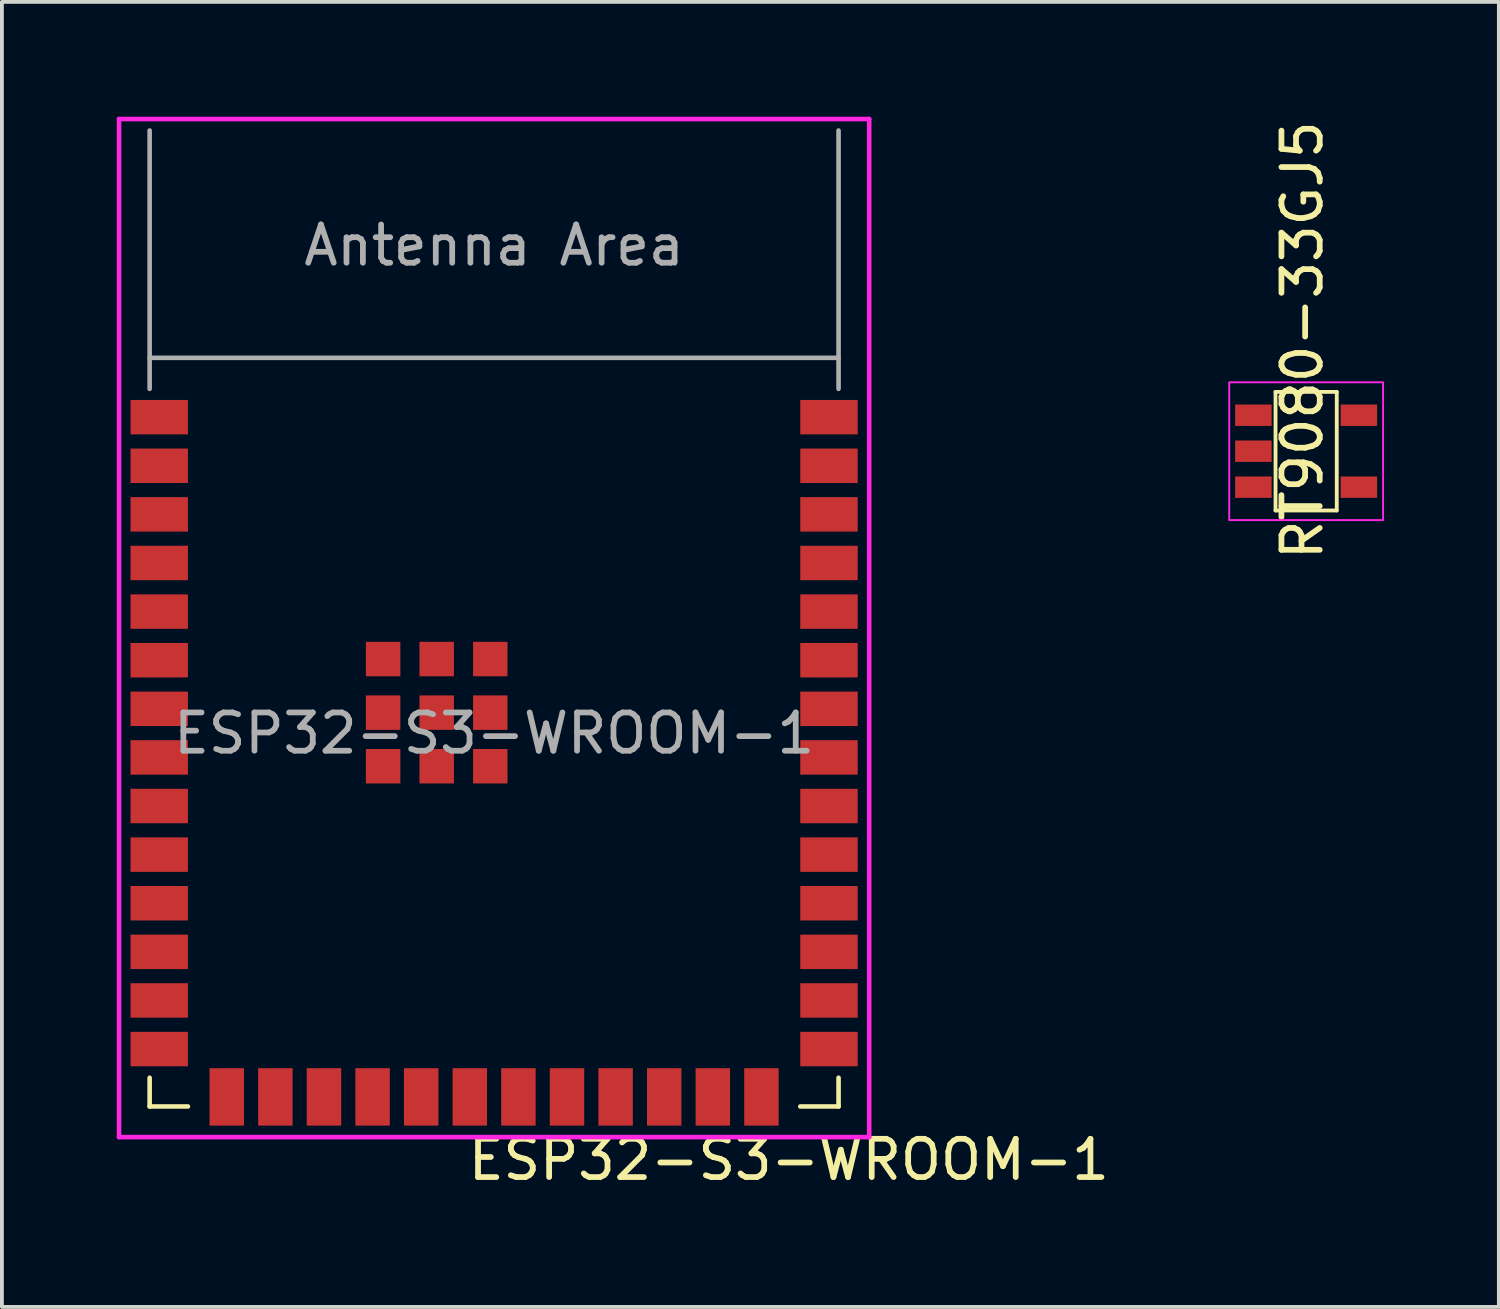
<source format=kicad_pcb>
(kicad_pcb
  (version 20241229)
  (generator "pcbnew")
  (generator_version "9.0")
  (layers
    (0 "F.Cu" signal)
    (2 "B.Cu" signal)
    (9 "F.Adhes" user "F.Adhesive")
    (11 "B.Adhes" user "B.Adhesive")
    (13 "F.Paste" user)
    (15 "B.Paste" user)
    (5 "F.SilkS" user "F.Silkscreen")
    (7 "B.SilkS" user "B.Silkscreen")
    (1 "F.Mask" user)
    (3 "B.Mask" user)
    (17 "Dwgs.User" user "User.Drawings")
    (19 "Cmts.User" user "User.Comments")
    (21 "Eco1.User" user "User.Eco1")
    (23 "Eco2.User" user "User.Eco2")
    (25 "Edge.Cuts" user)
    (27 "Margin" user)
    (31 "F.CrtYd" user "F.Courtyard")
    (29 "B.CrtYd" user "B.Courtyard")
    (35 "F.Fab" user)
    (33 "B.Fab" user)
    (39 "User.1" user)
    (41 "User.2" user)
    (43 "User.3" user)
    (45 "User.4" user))
  (footprint "ESP32-S3-WROOM-1"
    (layer "F.Cu")
    (at 9.86 16.11)
    (property "Reference" "ESP32-S3-WROOM-1" (at 7.7 11.14 0) (layer "F.SilkS") (effects (font (size 1 1) (thickness 0.15))))
    (attr smd)
    (fp_line (start -9 -15.75) (end 9 -15.75) (stroke (width 0.12) (type solid)) (layer "F.Mask"))
    (fp_line (start -9 9) (end -9 9.75) (stroke (width 0.12) (type solid)) (layer "F.SilkS"))
    (fp_line (start -9 9.75) (end -8 9.75) (stroke (width 0.12) (type solid)) (layer "F.SilkS"))
    (fp_line (start 9 9) (end 9 9.75) (stroke (width 0.12) (type solid)) (layer "F.SilkS"))
    (fp_line (start 9 9.75) (end 8 9.75) (stroke (width 0.12) (type solid)) (layer "F.SilkS"))
    (fp_line (start -9 -15.75) (end 9 -15.75) (stroke (width 0.12) (type solid)) (layer "Eco2.User"))
    (fp_line (start -9 -9.81) (end 9 -9.81) (stroke (width 0.12) (type solid)) (layer "Eco2.User"))
    (fp_line (start -9 9.75) (end -9 -15.75) (stroke (width 0.12) (type solid)) (layer "Eco2.User"))
    (fp_line (start 9 -15.75) (end 9 9.75) (stroke (width 0.12) (type solid)) (layer "Eco2.User"))
    (fp_line (start 9 9.75) (end -9 9.75) (stroke (width 0.12) (type solid)) (layer "Eco2.User"))
    (fp_line (start -9.8 -16.05) (end -9.8 10.55) (stroke (width 0.12) (type solid)) (layer "F.CrtYd"))
    (fp_line (start -9.8 10.55) (end 9.8 10.55) (stroke (width 0.12) (type solid)) (layer "F.CrtYd"))
    (fp_line (start 9.8 -16.05) (end -9.8 -16.05) (stroke (width 0.12) (type solid)) (layer "F.CrtYd"))
    (fp_line (start 9.8 -16.05) (end 9.8 10.55) (stroke (width 0.12) (type solid)) (layer "F.CrtYd"))
    (fp_line (start -9 -15.75) (end -9 -9) (stroke (width 0.12) (type solid)) (layer "F.Fab"))
    (fp_line (start 9 -15.75) (end 9 -9) (stroke (width 0.12) (type solid)) (layer "F.Fab"))
    (fp_line (start 9 -9.81) (end -9 -9.81) (stroke (width 0.12) (type solid)) (layer "F.Fab"))
    (fp_text user "Antenna Area" (at 0 -12.75 0) (layer "Eco2.User") (effects (font (size 1 1) (thickness 0.15))))
    (fp_text user "${REFERENCE}" (at 0 0 0) (layer "F.Fab") (effects (font (size 1 1) (thickness 0.15))))
    (fp_text user "Antenna Area" (at 0 -12.75 0) (layer "F.Fab") (effects (font (size 1 1) (thickness 0.15))))
    (pad "1" smd rect (at -8.75 -8.26) (size 1.5 0.9) (layers "F.Cu" "F.Mask" "F.Paste"))
    (pad "2" smd rect (at -8.75 -6.99) (size 1.5 0.9) (layers "F.Cu" "F.Mask" "F.Paste"))
    (pad "3" smd rect (at -8.75 -5.72) (size 1.5 0.9) (layers "F.Cu" "F.Mask" "F.Paste"))
    (pad "4" smd rect (at -8.75 -4.45) (size 1.5 0.9) (layers "F.Cu" "F.Mask" "F.Paste"))
    (pad "5" smd rect (at -8.75 -3.18) (size 1.5 0.9) (layers "F.Cu" "F.Mask" "F.Paste"))
    (pad "6" smd rect (at -8.75 -1.91) (size 1.5 0.9) (layers "F.Cu" "F.Mask" "F.Paste"))
    (pad "7" smd rect (at -8.75 -0.64) (size 1.5 0.9) (layers "F.Cu" "F.Mask" "F.Paste"))
    (pad "8" smd rect (at -8.75 0.63) (size 1.5 0.9) (layers "F.Cu" "F.Mask" "F.Paste"))
    (pad "9" smd rect (at -8.75 1.9) (size 1.5 0.9) (layers "F.Cu" "F.Mask" "F.Paste"))
    (pad "10" smd rect (at -8.75 3.17) (size 1.5 0.9) (layers "F.Cu" "F.Mask" "F.Paste"))
    (pad "11" smd rect (at -8.75 4.44) (size 1.5 0.9) (layers "F.Cu" "F.Mask" "F.Paste"))
    (pad "12" smd rect (at -8.75 5.71) (size 1.5 0.9) (layers "F.Cu" "F.Mask" "F.Paste"))
    (pad "13" smd rect (at -8.75 6.98) (size 1.5 0.9) (layers "F.Cu" "F.Mask" "F.Paste"))
    (pad "14" smd rect (at -8.75 8.25) (size 1.5 0.9) (layers "F.Cu" "F.Mask" "F.Paste"))
    (pad "15" smd rect (at -6.985 9.5 90) (size 1.5 0.9) (layers "F.Cu" "F.Mask" "F.Paste"))
    (pad "16" smd rect (at -5.715 9.5 90) (size 1.5 0.9) (layers "F.Cu" "F.Mask" "F.Paste"))
    (pad "17" smd rect (at -4.445 9.5 90) (size 1.5 0.9) (layers "F.Cu" "F.Mask" "F.Paste"))
    (pad "18" smd rect (at -3.175 9.5 90) (size 1.5 0.9) (layers "F.Cu" "F.Mask" "F.Paste"))
    (pad "19" smd rect (at -1.905 9.5 90) (size 1.5 0.9) (layers "F.Cu" "F.Mask" "F.Paste"))
    (pad "20" smd rect (at -0.635 9.5 90) (size 1.5 0.9) (layers "F.Cu" "F.Mask" "F.Paste"))
    (pad "21" smd rect (at 0.635 9.5 90) (size 1.5 0.9) (layers "F.Cu" "F.Mask" "F.Paste"))
    (pad "22" smd rect (at 1.905 9.5 90) (size 1.5 0.9) (layers "F.Cu" "F.Mask" "F.Paste"))
    (pad "23" smd rect (at 3.175 9.5 90) (size 1.5 0.9) (layers "F.Cu" "F.Mask" "F.Paste"))
    (pad "24" smd rect (at 4.445 9.5 90) (size 1.5 0.9) (layers "F.Cu" "F.Mask" "F.Paste"))
    (pad "25" smd rect (at 5.715 9.5 90) (size 1.5 0.9) (layers "F.Cu" "F.Mask" "F.Paste"))
    (pad "26" smd rect (at 6.985 9.5 90) (size 1.5 0.9) (layers "F.Cu" "F.Mask" "F.Paste"))
    (pad "27" smd rect (at 8.75 8.25 180) (size 1.5 0.9) (layers "F.Cu" "F.Mask" "F.Paste"))
    (pad "28" smd rect (at 8.75 6.98 180) (size 1.5 0.9) (layers "F.Cu" "F.Mask" "F.Paste"))
    (pad "29" smd rect (at 8.75 5.71 180) (size 1.5 0.9) (layers "F.Cu" "F.Mask" "F.Paste"))
    (pad "30" smd rect (at 8.75 4.44 180) (size 1.5 0.9) (layers "F.Cu" "F.Mask" "F.Paste"))
    (pad "31" smd rect (at 8.75 3.17 180) (size 1.5 0.9) (layers "F.Cu" "F.Mask" "F.Paste"))
    (pad "32" smd rect (at 8.75 1.9 180) (size 1.5 0.9) (layers "F.Cu" "F.Mask" "F.Paste"))
    (pad "33" smd rect (at 8.75 0.63 180) (size 1.5 0.9) (layers "F.Cu" "F.Mask" "F.Paste"))
    (pad "34" smd rect (at 8.75 -0.64 180) (size 1.5 0.9) (layers "F.Cu" "F.Mask" "F.Paste"))
    (pad "35" smd rect (at 8.75 -1.91 180) (size 1.5 0.9) (layers "F.Cu" "F.Mask" "F.Paste"))
    (pad "36" smd rect (at 8.75 -3.18 180) (size 1.5 0.9) (layers "F.Cu" "F.Mask" "F.Paste"))
    (pad "37" smd rect (at 8.75 -4.45 180) (size 1.5 0.9) (layers "F.Cu" "F.Mask" "F.Paste"))
    (pad "38" smd rect (at 8.75 -5.72 180) (size 1.5 0.9) (layers "F.Cu" "F.Mask" "F.Paste"))
    (pad "39" smd rect (at 8.75 -6.99 180) (size 1.5 0.9) (layers "F.Cu" "F.Mask" "F.Paste"))
    (pad "40" smd rect (at 8.75 -8.26 180) (size 1.5 0.9) (layers "F.Cu" "F.Mask" "F.Paste"))
    (pad "41" smd rect (at -2.9 -1.94 180) (size 0.9 0.9) (layers "F.Cu" "F.Mask" "F.Paste"))
    (pad "41" smd rect (at -2.9 -0.54 180) (size 0.9 0.9) (layers "F.Cu" "F.Mask" "F.Paste"))
    (pad "41" smd rect (at -2.9 0.86 180) (size 0.9 0.9) (layers "F.Cu" "F.Mask" "F.Paste"))
    (pad "41" smd rect (at -1.5 -1.94 180) (size 0.9 0.9) (layers "F.Cu" "F.Mask" "F.Paste"))
    (pad "41" smd rect (at -1.5 -0.54 180) (size 0.9 0.9) (layers "F.Cu" "F.Mask" "F.Paste"))
    (pad "41" smd rect (at -1.5 0.86 180) (size 0.9 0.9) (layers "F.Cu" "F.Mask" "F.Paste"))
    (pad "41" smd rect (at -0.1 -1.94 180) (size 0.9 0.9) (layers "F.Cu" "F.Mask" "F.Paste"))
    (pad "41" smd rect (at -0.1 -0.54 180) (size 0.9 0.9) (layers "F.Cu" "F.Mask" "F.Paste"))
    (pad "41" smd rect (at -0.1 0.86 180) (size 0.9 0.9) (layers "F.Cu" "F.Mask" "F.Paste")))
  (footprint "RT9080-33GJ5"
    (layer "F.Cu")
    (at 31.077 8.739)
    (property "Reference" "RT9080-33GJ5" (at -0.1 -2.9 270) (layer "F.SilkS") (effects (font (size 1 1) (thickness 0.15))))
    (attr through_hole)
    (fp_line (start -0.8 -1.549) (end -0.8 1.549) (stroke (width 0.1) (type solid)) (layer "F.SilkS"))
    (fp_line (start -0.8 1.549) (end 0.8 1.549) (stroke (width 0.1) (type solid)) (layer "F.SilkS"))
    (fp_line (start 0.8 -1.549) (end -0.8 -1.549) (stroke (width 0.1) (type solid)) (layer "F.SilkS"))
    (fp_line (start 0.8 1.549) (end 0.8 -1.549) (stroke (width 0.1) (type solid)) (layer "F.SilkS"))
    (fp_rect (start -2.01 -1.8) (end 2.01 1.8) (stroke (width 0.05) (type solid)) (fill no) (layer "F.CrtYd"))
    (pad "1" smd rect (at -1.378 -0.94) (size 0.953 0.559) (layers "F.Cu" "F.Mask" "F.Paste"))
    (pad "2" smd rect (at -1.378 0) (size 0.953 0.559) (layers "F.Cu" "F.Mask" "F.Paste"))
    (pad "3" smd rect (at -1.378 0.94) (size 0.953 0.559) (layers "F.Cu" "F.Mask" "F.Paste"))
    (pad "4" smd rect (at 1.378 0.94) (size 0.953 0.559) (layers "F.Cu" "F.Mask" "F.Paste"))
    (pad "5" smd rect (at 1.378 -0.94) (size 0.953 0.559) (layers "F.Cu" "F.Mask" "F.Paste")))
  (gr_rect
    (start -3 -3)
    (end 36.112 31.098)
    (stroke (width 0.1) (type default))
    (fill no)
    (layer "Edge.Cuts")))
</source>
